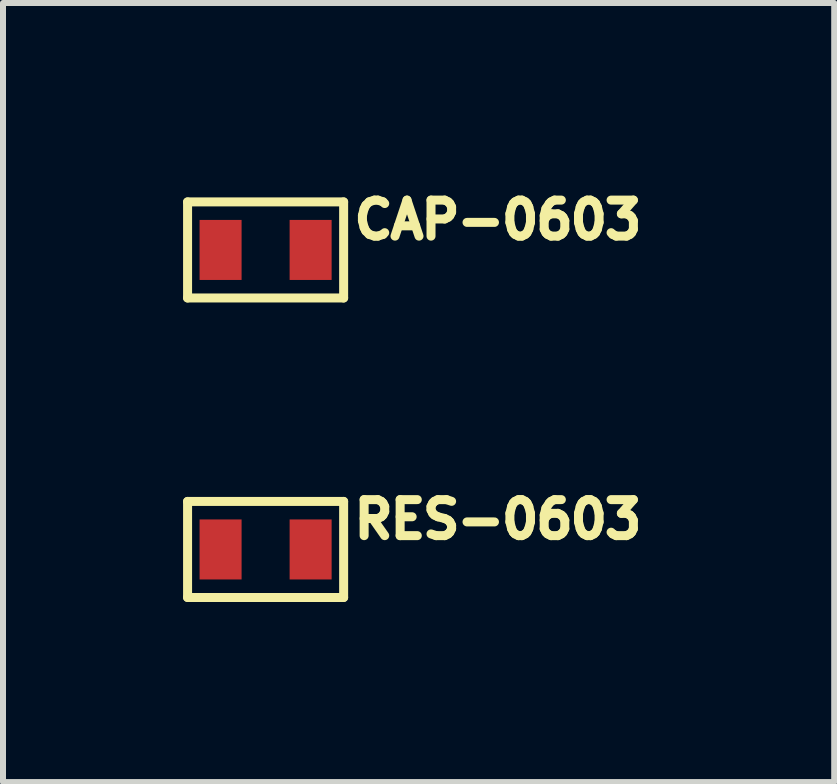
<source format=kicad_pcb>
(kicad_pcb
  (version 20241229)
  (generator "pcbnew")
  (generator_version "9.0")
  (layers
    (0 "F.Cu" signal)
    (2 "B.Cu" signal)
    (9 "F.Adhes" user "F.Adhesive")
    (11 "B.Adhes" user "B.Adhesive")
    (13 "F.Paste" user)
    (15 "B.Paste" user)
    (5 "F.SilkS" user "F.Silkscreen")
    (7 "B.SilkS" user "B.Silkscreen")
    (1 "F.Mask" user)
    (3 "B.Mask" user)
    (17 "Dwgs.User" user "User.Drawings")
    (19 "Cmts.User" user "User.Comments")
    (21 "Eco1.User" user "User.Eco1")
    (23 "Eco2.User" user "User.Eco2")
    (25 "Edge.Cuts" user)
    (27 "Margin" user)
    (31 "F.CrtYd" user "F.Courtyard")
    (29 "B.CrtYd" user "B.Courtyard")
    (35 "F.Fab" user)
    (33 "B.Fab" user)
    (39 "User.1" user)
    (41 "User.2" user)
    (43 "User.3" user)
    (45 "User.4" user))
  (footprint "RES-0603"
    (layer "F.Cu")
    (at 1.375 6.104)
    (property "Reference" "RES-0603" (at 1.4 -0.5 0) (layer "F.SilkS") (effects (font (size 0.6 0.6) (thickness 0.15)) (justify left)))
    (attr smd)
    (fp_line (start -1.3 -0.8) (end 1.3 -0.8) (stroke (width 0.15) (type solid)) (layer "F.SilkS"))
    (fp_line (start -1.3 0.8) (end -1.3 -0.8) (stroke (width 0.15) (type solid)) (layer "F.SilkS"))
    (fp_line (start 1.3 -0.8) (end 1.3 0.8) (stroke (width 0.15) (type solid)) (layer "F.SilkS"))
    (fp_line (start 1.3 0.8) (end -1.3 0.8) (stroke (width 0.15) (type solid)) (layer "F.SilkS"))
    (pad "1" smd rect (at -0.75 0) (size 0.7 1) (layers "F.Cu" "F.Mask" "F.Paste"))
    (pad "2" smd rect (at 0.75 0) (size 0.7 1) (layers "F.Cu" "F.Mask" "F.Paste")))
  (footprint "CAP-0603"
    (layer "F.Cu")
    (at 1.375 1.114)
    (property "Reference" "CAP-0603" (at 1.4 -0.5 0) (layer "F.SilkS") (effects (font (size 0.6 0.6) (thickness 0.15)) (justify left)))
    (attr smd)
    (fp_line (start -1.3 -0.8) (end 1.3 -0.8) (stroke (width 0.15) (type solid)) (layer "F.SilkS"))
    (fp_line (start -1.3 0.8) (end -1.3 -0.8) (stroke (width 0.15) (type solid)) (layer "F.SilkS"))
    (fp_line (start 1.3 -0.8) (end 1.3 0.8) (stroke (width 0.15) (type solid)) (layer "F.SilkS"))
    (fp_line (start 1.3 0.8) (end -1.3 0.8) (stroke (width 0.15) (type solid)) (layer "F.SilkS"))
    (pad "1" smd rect (at -0.75 0) (size 0.7 1) (layers "F.Cu" "F.Mask" "F.Paste"))
    (pad "2" smd rect (at 0.75 0) (size 0.7 1) (layers "F.Cu" "F.Mask" "F.Paste")))
  (gr_rect
    (start -3 -3)
    (end 10.848 9.979)
    (stroke (width 0.1) (type default))
    (fill no)
    (layer "Edge.Cuts")))
</source>
